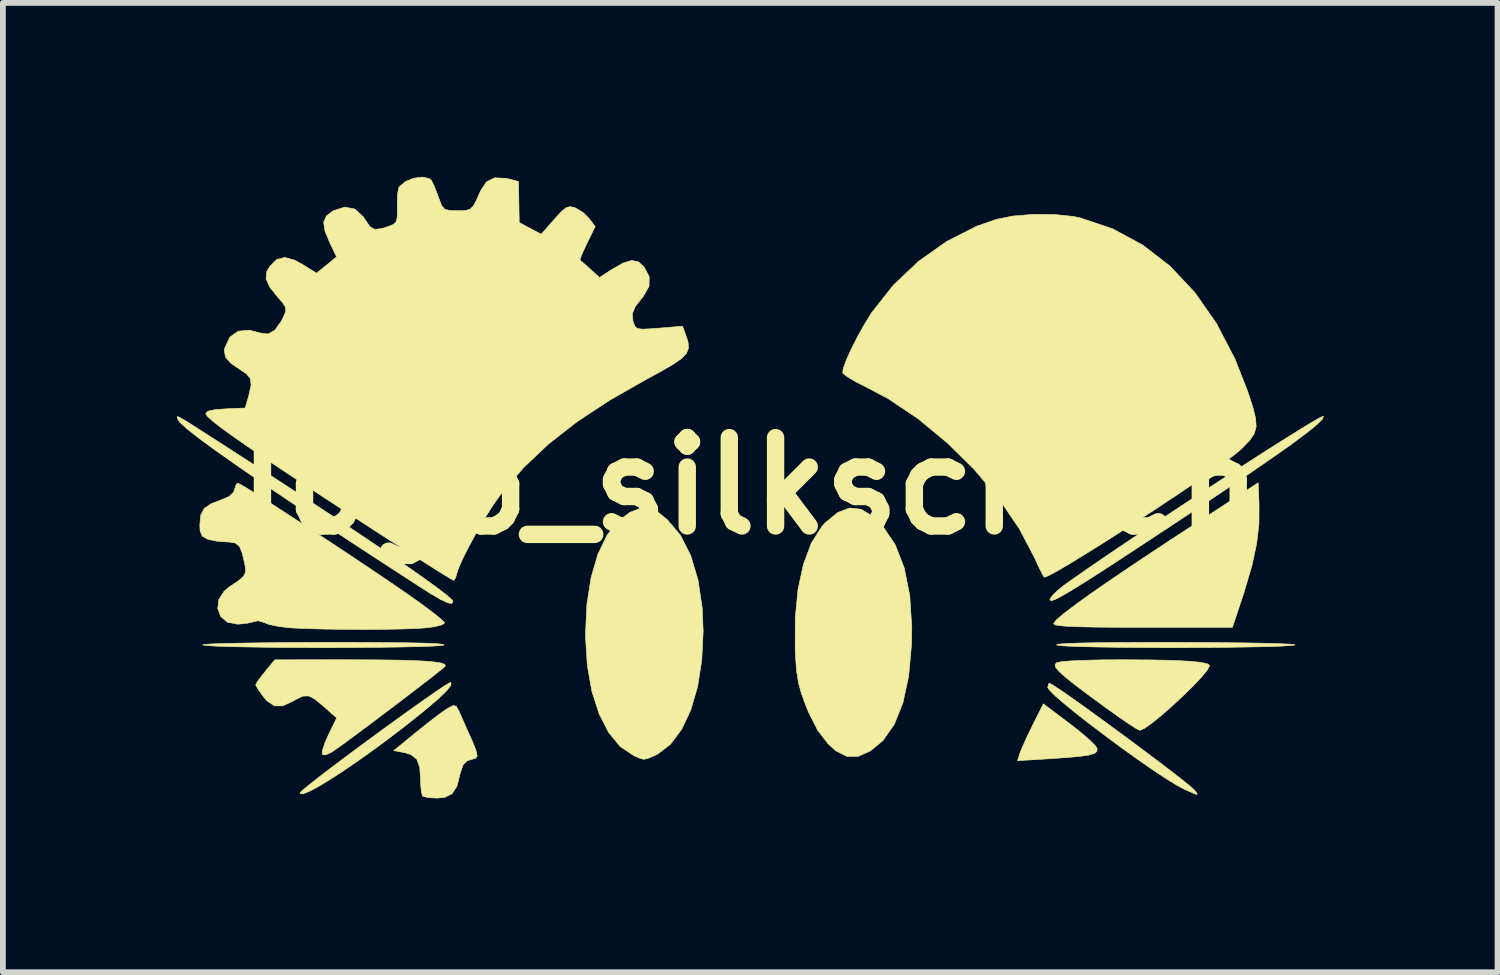
<source format=kicad_pcb>
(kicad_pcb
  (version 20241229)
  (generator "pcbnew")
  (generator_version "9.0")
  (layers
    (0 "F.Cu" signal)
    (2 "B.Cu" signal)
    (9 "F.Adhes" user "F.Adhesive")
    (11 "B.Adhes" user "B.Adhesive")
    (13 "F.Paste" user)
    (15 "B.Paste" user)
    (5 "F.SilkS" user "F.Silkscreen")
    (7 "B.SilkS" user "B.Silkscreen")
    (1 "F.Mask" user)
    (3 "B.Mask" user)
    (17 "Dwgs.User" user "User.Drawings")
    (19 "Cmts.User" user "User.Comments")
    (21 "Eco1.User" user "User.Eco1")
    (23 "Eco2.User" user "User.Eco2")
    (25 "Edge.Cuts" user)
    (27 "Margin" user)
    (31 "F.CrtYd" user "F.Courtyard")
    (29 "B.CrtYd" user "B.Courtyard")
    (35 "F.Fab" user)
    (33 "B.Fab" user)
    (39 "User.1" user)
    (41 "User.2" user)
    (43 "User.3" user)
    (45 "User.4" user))
  (footprint "logo_silkscreen"
    (layer "F.Cu")
    (at 9.897 5.336)
    (property "Reference" "logo_silkscreen" (at 0 0 0) (layer "F.SilkS") (effects (font (size 1.524 1.524) (thickness 0.3))))
    (attr through_hole)
    (fp_poly (pts (xy 5.512 4.102) (xy 5.697 4.247) (xy 5.849 4.378) (xy 5.95 4.478) (xy 5.984 4.528) (xy 5.981 4.576) (xy 5.943 4.612) (xy 5.856 4.64) (xy 5.707 4.663) (xy 5.483 4.684) (xy 5.188 4.704) (xy 4.611 4.74) (xy 4.649 4.618) (xy 4.69 4.515) (xy 4.762 4.353) (xy 4.853 4.165) (xy 4.871 4.127) (xy 5.056 3.759) (xy 5.512 4.102)) (stroke (width 0.01) (type solid)) (fill yes) (layer "F.SilkS"))
    (fp_poly (pts (xy 8.778 0.315) (xy 8.776 0.653) (xy 8.736 0.997) (xy 8.655 1.373) (xy 8.528 1.806) (xy 8.5 1.892) (xy 8.319 2.438) (xy 6.776 2.438) (xy 6.319 2.438) (xy 5.956 2.435) (xy 5.677 2.429) (xy 5.473 2.421) (xy 5.338 2.41) (xy 5.26 2.396) (xy 5.233 2.377) (xy 5.233 2.375) (xy 5.276 2.315) (xy 5.405 2.204) (xy 5.616 2.044) (xy 5.908 1.834) (xy 6.28 1.578) (xy 6.728 1.276) (xy 7.251 0.93) (xy 7.544 0.739) (xy 8.763 -0.056) (xy 8.778 0.315)) (stroke (width 0.01) (type solid)) (fill yes) (layer "F.SilkS"))
    (fp_poly (pts (xy -5.165 3.436) (xy -5.241 3.535) (xy -5.397 3.684) (xy -5.635 3.885) (xy -5.956 4.141) (xy -5.969 4.151) (xy -6.303 4.405) (xy -6.624 4.64) (xy -6.924 4.849) (xy -7.193 5.027) (xy -7.421 5.168) (xy -7.6 5.265) (xy -7.719 5.313) (xy -7.77 5.305) (xy -7.771 5.297) (xy -7.731 5.254) (xy -7.621 5.163) (xy -7.453 5.03) (xy -7.238 4.866) (xy -6.988 4.678) (xy -6.716 4.476) (xy -6.434 4.268) (xy -6.153 4.064) (xy -5.885 3.871) (xy -5.643 3.699) (xy -5.438 3.557) (xy -5.283 3.452) (xy -5.189 3.395) (xy -5.167 3.387) (xy -5.165 3.436)) (stroke (width 0.01) (type solid)) (fill yes) (layer "F.SilkS"))
    (fp_poly (pts (xy -6.314 2.701) (xy -5.915 2.705) (xy -5.611 2.712) (xy -5.405 2.721) (xy -5.297 2.733) (xy -5.283 2.743) (xy -5.35 2.754) (xy -5.506 2.764) (xy -5.736 2.772) (xy -6.027 2.778) (xy -6.366 2.783) (xy -6.74 2.786) (xy -7.135 2.788) (xy -7.538 2.788) (xy -7.935 2.786) (xy -8.314 2.783) (xy -8.659 2.778) (xy -8.959 2.772) (xy -9.2 2.764) (xy -9.368 2.754) (xy -9.449 2.743) (xy -9.427 2.735) (xy -9.313 2.726) (xy -9.117 2.719) (xy -8.848 2.712) (xy -8.515 2.707) (xy -8.129 2.702) (xy -7.699 2.699) (xy -7.391 2.698) (xy -6.806 2.698) (xy -6.314 2.701)) (stroke (width 0.01) (type solid)) (fill yes) (layer "F.SilkS"))
    (fp_poly (pts (xy 7.366 2.698) (xy 7.818 2.7) (xy 8.231 2.704) (xy 8.598 2.708) (xy 8.907 2.714) (xy 9.149 2.722) (xy 9.316 2.729) (xy 9.396 2.738) (xy 9.398 2.743) (xy 9.313 2.754) (xy 9.143 2.764) (xy 8.9 2.772) (xy 8.599 2.778) (xy 8.253 2.783) (xy 7.876 2.786) (xy 7.48 2.788) (xy 7.079 2.788) (xy 6.688 2.786) (xy 6.319 2.783) (xy 5.986 2.778) (xy 5.702 2.771) (xy 5.481 2.763) (xy 5.336 2.753) (xy 5.283 2.743) (xy 5.312 2.73) (xy 5.44 2.719) (xy 5.667 2.71) (xy 5.99 2.704) (xy 6.409 2.7) (xy 6.921 2.698) (xy 7.366 2.698)) (stroke (width 0.01) (type solid)) (fill yes) (layer "F.SilkS"))
    (fp_poly (pts (xy 5.218 3.433) (xy 5.342 3.515) (xy 5.522 3.639) (xy 5.746 3.798) (xy 6 3.982) (xy 6.274 4.182) (xy 6.553 4.388) (xy 6.827 4.592) (xy 7.082 4.784) (xy 7.305 4.955) (xy 7.486 5.096) (xy 7.61 5.198) (xy 7.664 5.248) (xy 7.708 5.305) (xy 7.707 5.324) (xy 7.646 5.303) (xy 7.509 5.242) (xy 7.493 5.235) (xy 7.351 5.159) (xy 7.157 5.039) (xy 6.923 4.883) (xy 6.663 4.702) (xy 6.388 4.505) (xy 6.112 4.3) (xy 5.846 4.099) (xy 5.605 3.91) (xy 5.401 3.743) (xy 5.245 3.607) (xy 5.152 3.511) (xy 5.131 3.473) (xy 5.149 3.41) (xy 5.162 3.404) (xy 5.218 3.433)) (stroke (width 0.01) (type solid)) (fill yes) (layer "F.SilkS"))
    (fp_poly (pts (xy -1.734 0.387) (xy -1.572 0.468) (xy -1.431 0.583) (xy -1.205 0.851) (xy -1.028 1.201) (xy -0.902 1.624) (xy -0.83 2.11) (xy -0.814 2.504) (xy -0.838 3.007) (xy -0.91 3.463) (xy -1.027 3.863) (xy -1.184 4.197) (xy -1.377 4.455) (xy -1.602 4.628) (xy -1.661 4.656) (xy -1.774 4.703) (xy -1.842 4.716) (xy -1.914 4.695) (xy -2.008 4.654) (xy -2.243 4.498) (xy -2.444 4.254) (xy -2.609 3.932) (xy -2.734 3.543) (xy -2.813 3.095) (xy -2.844 2.598) (xy -2.844 2.556) (xy -2.82 2.041) (xy -2.748 1.58) (xy -2.631 1.18) (xy -2.473 0.85) (xy -2.277 0.601) (xy -2.073 0.452) (xy -1.892 0.384) (xy -1.734 0.387)) (stroke (width 0.01) (type solid)) (fill yes) (layer "F.SilkS"))
    (fp_poly (pts (xy 1.91 0.401) (xy 2.112 0.522) (xy 2.283 0.691) (xy 2.499 1.011) (xy 2.655 1.412) (xy 2.751 1.89) (xy 2.786 2.443) (xy 2.781 2.737) (xy 2.732 3.283) (xy 2.633 3.741) (xy 2.485 4.111) (xy 2.287 4.394) (xy 2.069 4.573) (xy 1.857 4.666) (xy 1.663 4.665) (xy 1.474 4.569) (xy 1.343 4.45) (xy 1.163 4.216) (xy 1.005 3.904) (xy 0.963 3.802) (xy 0.883 3.584) (xy 0.831 3.395) (xy 0.799 3.197) (xy 0.78 2.951) (xy 0.774 2.819) (xy 0.775 2.276) (xy 0.823 1.783) (xy 0.917 1.349) (xy 1.053 0.986) (xy 1.23 0.704) (xy 1.295 0.632) (xy 1.51 0.457) (xy 1.712 0.38) (xy 1.91 0.401)) (stroke (width 0.01) (type solid)) (fill yes) (layer "F.SilkS"))
    (fp_poly (pts (xy 6.897 3.001) (xy 7.288 3.009) (xy 7.584 3.024) (xy 7.786 3.045) (xy 7.898 3.072) (xy 7.925 3.098) (xy 7.888 3.172) (xy 7.788 3.294) (xy 7.643 3.448) (xy 7.467 3.621) (xy 7.278 3.796) (xy 7.093 3.959) (xy 6.927 4.093) (xy 6.797 4.184) (xy 6.721 4.216) (xy 6.663 4.188) (xy 6.54 4.11) (xy 6.369 3.993) (xy 6.167 3.849) (xy 6.116 3.812) (xy 5.812 3.589) (xy 5.583 3.416) (xy 5.422 3.286) (xy 5.319 3.192) (xy 5.267 3.127) (xy 5.258 3.082) (xy 5.283 3.051) (xy 5.283 3.05) (xy 5.36 3.033) (xy 5.525 3.018) (xy 5.768 3.007) (xy 6.075 3) (xy 6.406 2.998) (xy 6.897 3.001)) (stroke (width 0.01) (type solid)) (fill yes) (layer "F.SilkS"))
    (fp_poly (pts (xy -9.842 -1.182) (xy -9.766 -1.138) (xy -9.642 -1.061) (xy -9.46 -0.944) (xy -9.209 -0.783) (xy -8.992 -0.643) (xy -8.383 -0.25) (xy -7.811 0.123) (xy -7.28 0.472) (xy -6.795 0.794) (xy -6.362 1.086) (xy -5.986 1.343) (xy -5.671 1.563) (xy -5.424 1.741) (xy -5.249 1.875) (xy -5.151 1.961) (xy -5.131 1.99) (xy -5.151 2.026) (xy -5.218 2.017) (xy -5.342 1.959) (xy -5.53 1.849) (xy -5.74 1.715) (xy -6.517 1.21) (xy -7.216 0.752) (xy -7.835 0.341) (xy -8.375 -0.022) (xy -8.833 -0.336) (xy -9.209 -0.601) (xy -9.503 -0.815) (xy -9.712 -0.979) (xy -9.836 -1.091) (xy -9.872 -1.14) (xy -9.886 -1.171) (xy -9.892 -1.193) (xy -9.881 -1.198) (xy -9.842 -1.182)) (stroke (width 0.01) (type solid)) (fill yes) (layer "F.SilkS"))
    (fp_poly (pts (xy -5.074 3.8) (xy -5.026 3.887) (xy -5.011 3.922) (xy -4.95 4.061) (xy -4.868 4.246) (xy -4.806 4.383) (xy -4.735 4.558) (xy -4.713 4.658) (xy -4.737 4.696) (xy -4.841 4.728) (xy -4.887 4.742) (xy -4.956 4.812) (xy -5.005 4.952) (xy -5.007 4.963) (xy -5.062 5.179) (xy -5.147 5.31) (xy -5.275 5.373) (xy -5.403 5.385) (xy -5.545 5.378) (xy -5.64 5.359) (xy -5.656 5.351) (xy -5.675 5.284) (xy -5.688 5.152) (xy -5.69 5.068) (xy -5.705 4.851) (xy -5.757 4.712) (xy -5.86 4.632) (xy -5.971 4.6) (xy -6.153 4.566) (xy -5.758 4.243) (xy -5.573 4.095) (xy -5.402 3.964) (xy -5.27 3.868) (xy -5.223 3.838) (xy -5.128 3.788) (xy -5.074 3.8)) (stroke (width 0.01) (type solid)) (fill yes) (layer "F.SilkS"))
    (fp_poly (pts (xy 9.888 -1.204) (xy 9.873 -1.156) (xy 9.779 -1.062) (xy 9.604 -0.92) (xy 9.348 -0.729) (xy 9.009 -0.489) (xy 8.586 -0.198) (xy 8.078 0.144) (xy 7.798 0.33) (xy 7.259 0.687) (xy 6.799 0.99) (xy 6.411 1.245) (xy 6.089 1.455) (xy 5.826 1.623) (xy 5.618 1.753) (xy 5.458 1.85) (xy 5.339 1.917) (xy 5.257 1.958) (xy 5.203 1.977) (xy 5.184 1.979) (xy 5.169 1.95) (xy 5.231 1.87) (xy 5.309 1.797) (xy 5.406 1.719) (xy 5.573 1.599) (xy 5.799 1.441) (xy 6.075 1.252) (xy 6.391 1.038) (xy 6.737 0.806) (xy 7.106 0.561) (xy 7.486 0.31) (xy 7.869 0.059) (xy 8.244 -0.185) (xy 8.604 -0.418) (xy 8.937 -0.632) (xy 9.235 -0.82) (xy 9.489 -0.978) (xy 9.688 -1.099) (xy 9.823 -1.177) (xy 9.885 -1.204) (xy 9.888 -1.204)) (stroke (width 0.01) (type solid)) (fill yes) (layer "F.SilkS"))
    (fp_poly (pts (xy -6.453 3) (xy -6.048 3.005) (xy -5.733 3.015) (xy -5.503 3.03) (xy -5.352 3.051) (xy -5.274 3.076) (xy -5.263 3.108) (xy -5.31 3.149) (xy -5.424 3.241) (xy -5.592 3.372) (xy -5.801 3.532) (xy -6.035 3.711) (xy -6.282 3.898) (xy -6.527 4.083) (xy -6.758 4.255) (xy -6.959 4.404) (xy -7.117 4.518) (xy -7.219 4.589) (xy -7.222 4.591) (xy -7.331 4.642) (xy -7.388 4.629) (xy -7.383 4.56) (xy -7.34 4.431) (xy -7.278 4.29) (xy -7.137 4.002) (xy -7.36 3.805) (xy -7.51 3.68) (xy -7.621 3.622) (xy -7.723 3.626) (xy -7.848 3.686) (xy -7.885 3.708) (xy -8.068 3.794) (xy -8.214 3.793) (xy -8.344 3.704) (xy -8.401 3.636) (xy -8.483 3.522) (xy -8.53 3.443) (xy -8.534 3.429) (xy -8.505 3.375) (xy -8.428 3.271) (xy -8.369 3.198) (xy -8.204 2.999) (xy -6.954 2.998) (xy -6.453 3)) (stroke (width 0.01) (type solid)) (fill yes) (layer "F.SilkS"))
    (fp_poly (pts (xy 5.24 -4.685) (xy 5.567 -4.652) (xy 5.69 -4.627) (xy 6.252 -4.438) (xy 6.771 -4.158) (xy 7.245 -3.791) (xy 7.67 -3.339) (xy 8.043 -2.805) (xy 8.362 -2.193) (xy 8.578 -1.643) (xy 8.668 -1.371) (xy 8.718 -1.171) (xy 8.728 -1.022) (xy 8.694 -0.9) (xy 8.614 -0.784) (xy 8.485 -0.651) (xy 8.471 -0.637) (xy 8.367 -0.55) (xy 8.195 -0.422) (xy 7.968 -0.26) (xy 7.696 -0.073) (xy 7.392 0.133) (xy 7.066 0.35) (xy 6.73 0.57) (xy 6.397 0.786) (xy 6.077 0.99) (xy 5.781 1.175) (xy 5.522 1.334) (xy 5.311 1.458) (xy 5.159 1.541) (xy 5.079 1.574) (xy 5.074 1.575) (xy 5.045 1.532) (xy 4.987 1.419) (xy 4.915 1.261) (xy 4.912 1.253) (xy 4.642 0.738) (xy 4.29 0.222) (xy 3.871 -0.277) (xy 3.401 -0.742) (xy 2.898 -1.158) (xy 2.378 -1.507) (xy 1.991 -1.712) (xy 1.814 -1.801) (xy 1.676 -1.883) (xy 1.6 -1.943) (xy 1.594 -1.953) (xy 1.604 -2.031) (xy 1.657 -2.174) (xy 1.741 -2.361) (xy 1.847 -2.571) (xy 1.965 -2.783) (xy 2.083 -2.975) (xy 2.098 -2.997) (xy 2.469 -3.466) (xy 2.905 -3.879) (xy 3.39 -4.221) (xy 3.906 -4.483) (xy 4.242 -4.6) (xy 4.535 -4.659) (xy 4.882 -4.687) (xy 5.24 -4.685)) (stroke (width 0.01) (type solid)) (fill yes) (layer "F.SilkS"))
    (fp_poly (pts (xy -8.791 -0.024) (xy -8.665 0.052) (xy -8.477 0.17) (xy -8.239 0.322) (xy -7.963 0.501) (xy -7.659 0.699) (xy -7.34 0.908) (xy -7.016 1.122) (xy -6.7 1.333) (xy -6.402 1.533) (xy -6.135 1.714) (xy -5.924 1.86) (xy -5.7 2.018) (xy -5.51 2.159) (xy -5.368 2.272) (xy -5.287 2.344) (xy -5.275 2.364) (xy -5.324 2.396) (xy -5.446 2.427) (xy -5.574 2.446) (xy -5.748 2.458) (xy -6.001 2.467) (xy -6.31 2.473) (xy -6.651 2.475) (xy -7.002 2.474) (xy -7.34 2.469) (xy -7.642 2.461) (xy -7.886 2.45) (xy -7.981 2.443) (xy -8.164 2.419) (xy -8.312 2.387) (xy -8.387 2.356) (xy -8.497 2.325) (xy -8.56 2.34) (xy -8.679 2.368) (xy -8.835 2.384) (xy -8.851 2.384) (xy -9.025 2.349) (xy -9.139 2.251) (xy -9.19 2.113) (xy -9.171 1.959) (xy -9.078 1.813) (xy -8.992 1.742) (xy -8.833 1.636) (xy -8.745 1.559) (xy -8.71 1.488) (xy -8.714 1.401) (xy -8.721 1.358) (xy -8.766 1.16) (xy -8.815 1.042) (xy -8.887 0.984) (xy -8.996 0.966) (xy -9.038 0.965) (xy -9.206 0.952) (xy -9.354 0.921) (xy -9.369 0.916) (xy -9.458 0.863) (xy -9.494 0.774) (xy -9.499 0.674) (xy -9.483 0.501) (xy -9.422 0.386) (xy -9.297 0.303) (xy -9.159 0.251) (xy -8.996 0.182) (xy -8.916 0.108) (xy -8.899 0.059) (xy -8.871 -0.028) (xy -8.844 -0.051) (xy -8.791 -0.024)) (stroke (width 0.01) (type solid)) (fill yes) (layer "F.SilkS"))
    (fp_poly (pts (xy -5.541 -5.306) (xy -5.502 -5.272) (xy -5.461 -5.188) (xy -5.406 -5.05) (xy -5.38 -4.979) (xy -5.327 -4.842) (xy -5.272 -4.774) (xy -5.179 -4.752) (xy -5.056 -4.75) (xy -4.924 -4.752) (xy -4.84 -4.773) (xy -4.778 -4.833) (xy -4.717 -4.95) (xy -4.656 -5.091) (xy -4.553 -5.248) (xy -4.41 -5.318) (xy -4.212 -5.308) (xy -4.167 -5.298) (xy -4 -5.254) (xy -3.994 -4.901) (xy -3.988 -4.547) (xy -3.798 -4.445) (xy -3.609 -4.344) (xy -3.386 -4.597) (xy -3.263 -4.732) (xy -3.179 -4.802) (xy -3.109 -4.821) (xy -3.03 -4.803) (xy -3.022 -4.8) (xy -2.889 -4.722) (xy -2.779 -4.613) (xy -2.677 -4.477) (xy -2.817 -4.191) (xy -2.887 -4.042) (xy -2.931 -3.935) (xy -2.939 -3.896) (xy -2.893 -3.859) (xy -2.801 -3.778) (xy -2.761 -3.742) (xy -2.602 -3.598) (xy -2.406 -3.726) (xy -2.2 -3.845) (xy -2.048 -3.892) (xy -1.93 -3.868) (xy -1.835 -3.782) (xy -1.744 -3.611) (xy -1.748 -3.446) (xy -1.848 -3.27) (xy -1.875 -3.239) (xy -1.99 -3.09) (xy -2.037 -2.97) (xy -2.025 -2.845) (xy -2.013 -2.806) (xy -1.988 -2.749) (xy -1.945 -2.717) (xy -1.863 -2.706) (xy -1.718 -2.713) (xy -1.573 -2.724) (xy -1.171 -2.758) (xy -1.117 -2.614) (xy -1.075 -2.486) (xy -1.066 -2.382) (xy -1.101 -2.29) (xy -1.19 -2.198) (xy -1.342 -2.093) (xy -1.569 -1.963) (xy -1.753 -1.864) (xy -2.416 -1.487) (xy -2.989 -1.11) (xy -3.484 -0.723) (xy -3.912 -0.318) (xy -4.284 0.115) (xy -4.324 0.167) (xy -4.452 0.35) (xy -4.591 0.571) (xy -4.73 0.811) (xy -4.86 1.05) (xy -4.969 1.267) (xy -5.045 1.443) (xy -5.079 1.557) (xy -5.08 1.568) (xy -5.109 1.623) (xy -5.122 1.626) (xy -5.173 1.599) (xy -5.299 1.523) (xy -5.49 1.403) (xy -5.738 1.246) (xy -6.032 1.058) (xy -6.362 0.846) (xy -6.719 0.614) (xy -6.733 0.605) (xy -7.328 0.217) (xy -7.841 -0.121) (xy -8.274 -0.409) (xy -8.631 -0.652) (xy -8.916 -0.85) (xy -9.132 -1.006) (xy -9.281 -1.123) (xy -9.369 -1.204) (xy -9.398 -1.249) (xy -9.398 -1.25) (xy -9.359 -1.291) (xy -9.236 -1.318) (xy -9.057 -1.331) (xy -8.716 -1.346) (xy -8.653 -1.565) (xy -8.614 -1.739) (xy -8.626 -1.854) (xy -8.7 -1.941) (xy -8.788 -1.998) (xy -8.964 -2.118) (xy -9.056 -2.224) (xy -9.076 -2.336) (xy -9.068 -2.382) (xy -8.981 -2.568) (xy -8.838 -2.671) (xy -8.643 -2.689) (xy -8.454 -2.64) (xy -8.32 -2.623) (xy -8.202 -2.69) (xy -8.091 -2.848) (xy -8.06 -2.91) (xy -8.018 -3.009) (xy -8.019 -3.082) (xy -8.072 -3.166) (xy -8.152 -3.256) (xy -8.293 -3.433) (xy -8.356 -3.574) (xy -8.345 -3.697) (xy -8.296 -3.784) (xy -8.174 -3.907) (xy -8.035 -3.944) (xy -7.864 -3.898) (xy -7.727 -3.823) (xy -7.484 -3.672) (xy -7.311 -3.813) (xy -7.139 -3.954) (xy -7.252 -4.188) (xy -7.34 -4.399) (xy -7.362 -4.55) (xy -7.315 -4.66) (xy -7.199 -4.748) (xy -7.196 -4.749) (xy -6.998 -4.813) (xy -6.825 -4.779) (xy -6.681 -4.648) (xy -6.647 -4.596) (xy -6.565 -4.476) (xy -6.482 -4.428) (xy -6.363 -4.441) (xy -6.256 -4.475) (xy -6.165 -4.511) (xy -6.114 -4.555) (xy -6.093 -4.634) (xy -6.09 -4.775) (xy -6.092 -4.877) (xy -6.088 -5.028) (xy -6.069 -5.138) (xy -6.059 -5.161) (xy -5.954 -5.252) (xy -5.809 -5.311) (xy -5.66 -5.331) (xy -5.541 -5.306)) (stroke (width 0.01) (type solid)) (fill yes) (layer "F.SilkS")))
  (gr_rect
    (start -3 -3)
    (end 22.79 13.726)
    (stroke (width 0.1) (type default))
    (fill no)
    (layer "Edge.Cuts")))
</source>
